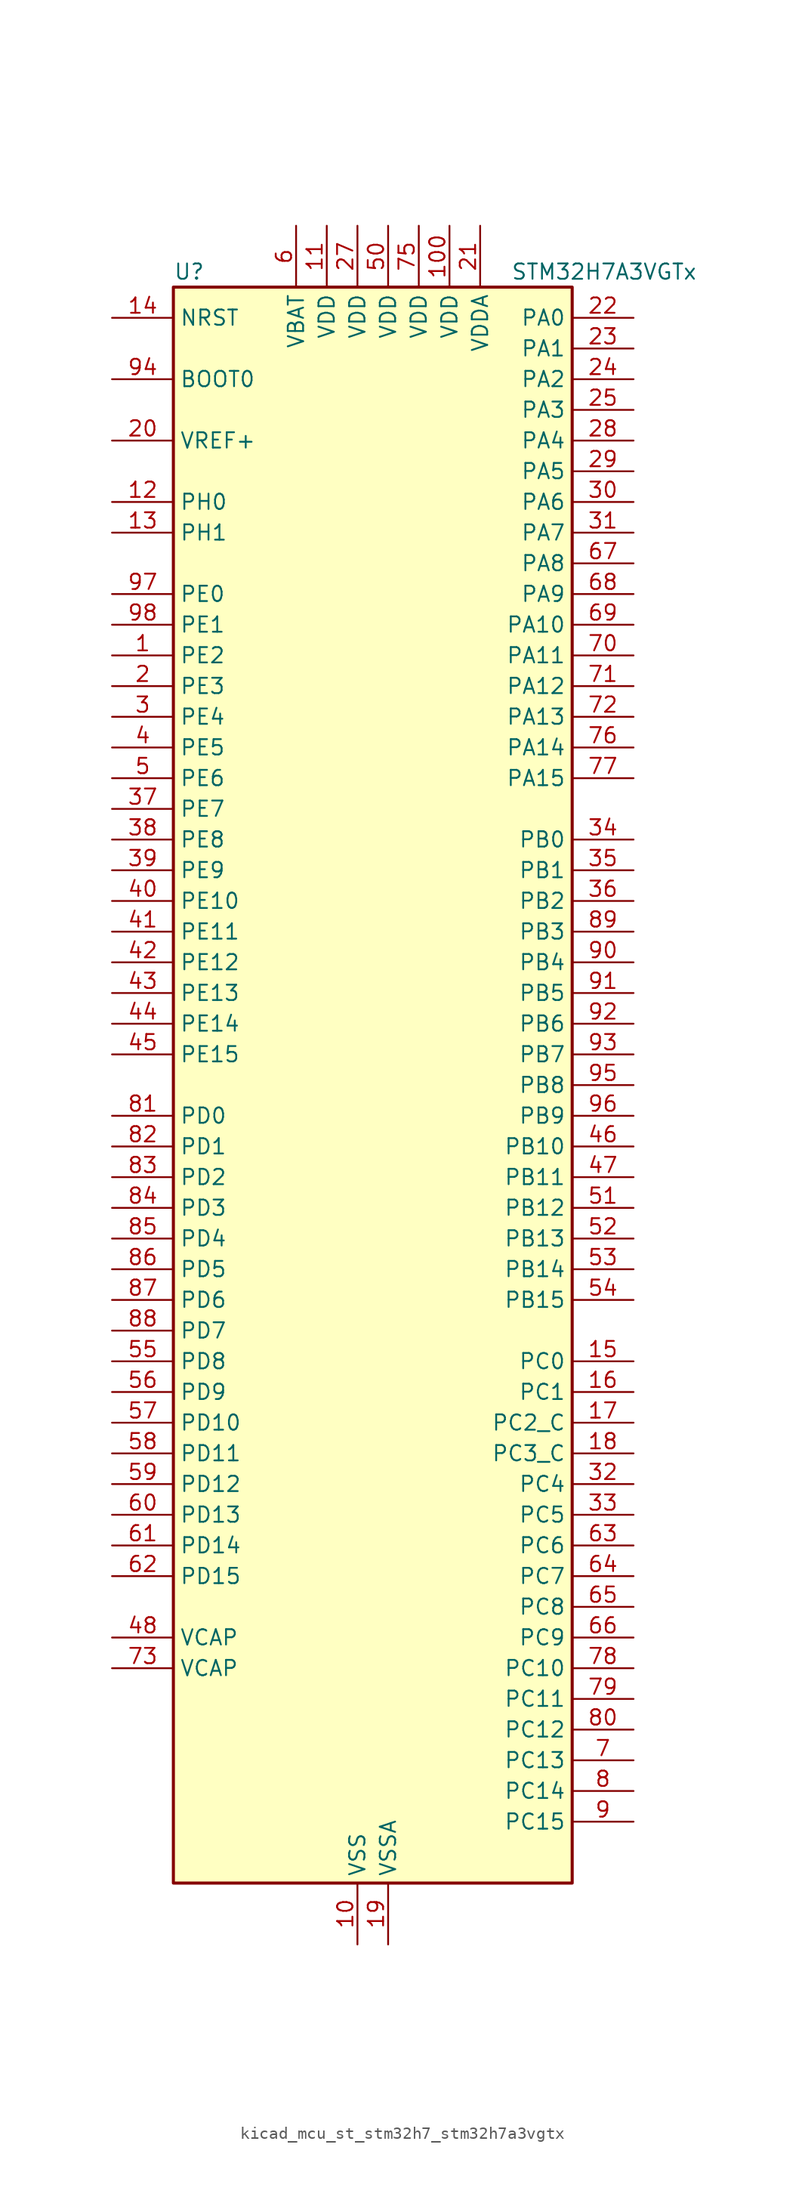
<source format=kicad_sym>
(kicad_symbol_lib
  (version 20220914)
  (generator kicad_symbol_editor)
  (symbol "kicad_mcu_st_stm32h7_stm32h7a3vgtx"
    (property "Reference" "U"
      (at -15.24 67.31 0)
      (effects (font (size 1.27 1.27)) (justify left)))
    (property "Value" "STM32H7A3VGTx"
      (at 12.7 67.31 0)
      (effects (font (size 1.27 1.27)) (justify left)))
    (property "ki_locked" ""
      (at 0 0 0)
      (effects (font (size 1.27 1.27))))
    (symbol "kicad_mcu_st_stm32h7_stm32h7a3vgtx_0_1"
      (rectangle (start -15.24 -66.04) (end 17.78 66.04) (stroke (width 0.254) (type default)) (fill (type background))))
    (symbol "kicad_mcu_st_stm32h7_stm32h7a3vgtx_1_1"
      (pin bidirectional line (at -20.32 35.56 0) (length 5.08) (name "PE2" (effects (font (size 1.27 1.27)))) (number "1" (effects (font (size 1.27 1.27)))) (alternate "DEBUG_TRACECLK" bidirectional line) (alternate "FMC_A23" bidirectional line) (alternate "OCTOSPIM_P1_IO2" bidirectional line) (alternate "SAI1_CK1" bidirectional line) (alternate "SAI1_MCLK_A" bidirectional line) (alternate "SPI4_SCK" bidirectional line) (alternate "USART10_RX" bidirectional line))
      (pin power_in line (at 0 -71.12 90) (length 5.08) (name "VSS" (effects (font (size 1.27 1.27)))) (number "10" (effects (font (size 1.27 1.27)))))
      (pin power_in line (at 7.62 71.12 270) (length 5.08) (name "VDD" (effects (font (size 1.27 1.27)))) (number "100" (effects (font (size 1.27 1.27)))))
      (pin power_in line (at -2.54 71.12 270) (length 5.08) (name "VDD" (effects (font (size 1.27 1.27)))) (number "11" (effects (font (size 1.27 1.27)))))
      (pin bidirectional line (at -20.32 48.26 0) (length 5.08) (name "PH0" (effects (font (size 1.27 1.27)))) (number "12" (effects (font (size 1.27 1.27)))) (alternate "RCC_OSC_IN" bidirectional line))
      (pin bidirectional line (at -20.32 45.72 0) (length 5.08) (name "PH1" (effects (font (size 1.27 1.27)))) (number "13" (effects (font (size 1.27 1.27)))) (alternate "RCC_OSC_OUT" bidirectional line))
      (pin input line (at -20.32 63.5 0) (length 5.08) (name "NRST" (effects (font (size 1.27 1.27)))) (number "14" (effects (font (size 1.27 1.27)))))
      (pin bidirectional line (at 22.86 -22.86 180) (length 5.08) (name "PC0" (effects (font (size 1.27 1.27)))) (number "15" (effects (font (size 1.27 1.27)))) (alternate "ADC1_INP10" bidirectional line) (alternate "ADC2_INP10" bidirectional line) (alternate "DFSDM1_CKIN0" bidirectional line) (alternate "DFSDM1_DATIN4" bidirectional line) (alternate "FMC_A25" bidirectional line) (alternate "FMC_SDNWE" bidirectional line) (alternate "LTDC_G2" bidirectional line) (alternate "LTDC_R5" bidirectional line) (alternate "SAI2_FS_B" bidirectional line) (alternate "USB_OTG_HS_ULPI_STP" bidirectional line))
      (pin bidirectional line (at 22.86 -25.4 180) (length 5.08) (name "PC1" (effects (font (size 1.27 1.27)))) (number "16" (effects (font (size 1.27 1.27)))) (alternate "ADC1_INN10" bidirectional line) (alternate "ADC1_INP11" bidirectional line) (alternate "ADC2_INN10" bidirectional line) (alternate "ADC2_INP11" bidirectional line) (alternate "DEBUG_TRACED0" bidirectional line) (alternate "DFSDM1_CKIN4" bidirectional line) (alternate "DFSDM1_DATIN0" bidirectional line) (alternate "I2S2_SDO" bidirectional line) (alternate "LTDC_G5" bidirectional line) (alternate "MDIOS_MDC" bidirectional line) (alternate "OCTOSPIM_P1_IO4" bidirectional line) (alternate "PWR_WKUP6" bidirectional line) (alternate "RTC_TAMP3" bidirectional line) (alternate "SAI1_D1" bidirectional line) (alternate "SAI1_SD_A" bidirectional line) (alternate "SDMMC2_CK" bidirectional line) (alternate "SPI2_MOSI" bidirectional line))
      (pin bidirectional line (at 22.86 -27.94 180) (length 5.08) (name "PC2_C" (effects (font (size 1.27 1.27)))) (number "17" (effects (font (size 1.27 1.27)))) (alternate "ADC2_INN1" bidirectional line) (alternate "ADC2_INP0" bidirectional line) (alternate "DFSDM1_CKIN1" bidirectional line) (alternate "DFSDM1_CKOUT" bidirectional line) (alternate "FMC_SDNE0" bidirectional line) (alternate "I2S2_SDI" bidirectional line) (alternate "OCTOSPIM_P1_IO2" bidirectional line) (alternate "OCTOSPIM_P1_IO5" bidirectional line) (alternate "PWR_CSTOP" bidirectional line) (alternate "SPI2_MISO" bidirectional line) (alternate "USB_OTG_HS_ULPI_DIR" bidirectional line))
      (pin bidirectional line (at 22.86 -30.48 180) (length 5.08) (name "PC3_C" (effects (font (size 1.27 1.27)))) (number "18" (effects (font (size 1.27 1.27)))) (alternate "ADC2_INP1" bidirectional line) (alternate "DFSDM1_DATIN1" bidirectional line) (alternate "FMC_SDCKE0" bidirectional line) (alternate "I2S2_SDO" bidirectional line) (alternate "OCTOSPIM_P1_IO0" bidirectional line) (alternate "OCTOSPIM_P1_IO6" bidirectional line) (alternate "PWR_CSLEEP" bidirectional line) (alternate "SPI2_MOSI" bidirectional line) (alternate "USB_OTG_HS_ULPI_NXT" bidirectional line))
      (pin power_in line (at 2.54 -71.12 90) (length 5.08) (name "VSSA" (effects (font (size 1.27 1.27)))) (number "19" (effects (font (size 1.27 1.27)))))
      (pin bidirectional line (at -20.32 33.02 0) (length 5.08) (name "PE3" (effects (font (size 1.27 1.27)))) (number "2" (effects (font (size 1.27 1.27)))) (alternate "DEBUG_TRACED0" bidirectional line) (alternate "FMC_A19" bidirectional line) (alternate "SAI1_SD_B" bidirectional line) (alternate "TIM15_BKIN" bidirectional line) (alternate "USART10_TX" bidirectional line))
      (pin input line (at -20.32 53.34 0) (length 5.08) (name "VREF+" (effects (font (size 1.27 1.27)))) (number "20" (effects (font (size 1.27 1.27)))) (alternate "VREFBUF_OUT" bidirectional line))
      (pin power_in line (at 10.16 71.12 270) (length 5.08) (name "VDDA" (effects (font (size 1.27 1.27)))) (number "21" (effects (font (size 1.27 1.27)))))
      (pin bidirectional line (at 22.86 63.5 180) (length 5.08) (name "PA0" (effects (font (size 1.27 1.27)))) (number "22" (effects (font (size 1.27 1.27)))) (alternate "ADC1_INP16" bidirectional line) (alternate "I2S6_WS" bidirectional line) (alternate "PWR_WKUP1" bidirectional line) (alternate "SAI2_SD_B" bidirectional line) (alternate "SDMMC2_CMD" bidirectional line) (alternate "SPI6_NSS" bidirectional line) (alternate "TIM15_BKIN" bidirectional line) (alternate "TIM2_CH1" bidirectional line) (alternate "TIM2_ETR" bidirectional line) (alternate "TIM5_CH1" bidirectional line) (alternate "TIM8_ETR" bidirectional line) (alternate "UART4_TX" bidirectional line) (alternate "USART2_CTS" bidirectional line) (alternate "USART2_NSS" bidirectional line))
      (pin bidirectional line (at 22.86 60.96 180) (length 5.08) (name "PA1" (effects (font (size 1.27 1.27)))) (number "23" (effects (font (size 1.27 1.27)))) (alternate "ADC1_INN16" bidirectional line) (alternate "ADC1_INP17" bidirectional line) (alternate "LPTIM3_OUT" bidirectional line) (alternate "LTDC_R2" bidirectional line) (alternate "OCTOSPIM_P1_DQS" bidirectional line) (alternate "OCTOSPIM_P1_IO3" bidirectional line) (alternate "SAI2_MCLK_B" bidirectional line) (alternate "TIM15_CH1N" bidirectional line) (alternate "TIM2_CH2" bidirectional line) (alternate "TIM5_CH2" bidirectional line) (alternate "UART4_RX" bidirectional line) (alternate "USART2_DE" bidirectional line) (alternate "USART2_RTS" bidirectional line))
      (pin bidirectional line (at 22.86 58.42 180) (length 5.08) (name "PA2" (effects (font (size 1.27 1.27)))) (number "24" (effects (font (size 1.27 1.27)))) (alternate "ADC1_INP14" bidirectional line) (alternate "DFSDM2_CKIN1" bidirectional line) (alternate "LTDC_R1" bidirectional line) (alternate "MDIOS_MDIO" bidirectional line) (alternate "PWR_WKUP2" bidirectional line) (alternate "SAI2_SCK_B" bidirectional line) (alternate "TIM15_CH1" bidirectional line) (alternate "TIM2_CH3" bidirectional line) (alternate "TIM5_CH3" bidirectional line) (alternate "USART2_TX" bidirectional line))
      (pin bidirectional line (at 22.86 55.88 180) (length 5.08) (name "PA3" (effects (font (size 1.27 1.27)))) (number "25" (effects (font (size 1.27 1.27)))) (alternate "ADC1_INP15" bidirectional line) (alternate "I2S6_MCK" bidirectional line) (alternate "LTDC_B2" bidirectional line) (alternate "LTDC_B5" bidirectional line) (alternate "OCTOSPIM_P1_CLK" bidirectional line) (alternate "TIM15_CH2" bidirectional line) (alternate "TIM2_CH4" bidirectional line) (alternate "TIM5_CH4" bidirectional line) (alternate "USART2_RX" bidirectional line) (alternate "USB_OTG_HS_ULPI_D0" bidirectional line))
      (pin passive line (at 0 -71.12 90) (length 5.08) hide (name "VSS" (effects (font (size 1.27 1.27)))) (number "26" (effects (font (size 1.27 1.27)))))
      (pin power_in line (at 0 71.12 270) (length 5.08) (name "VDD" (effects (font (size 1.27 1.27)))) (number "27" (effects (font (size 1.27 1.27)))))
      (pin bidirectional line (at 22.86 53.34 180) (length 5.08) (name "PA4" (effects (font (size 1.27 1.27)))) (number "28" (effects (font (size 1.27 1.27)))) (alternate "ADC1_INP18" bidirectional line) (alternate "DAC1_OUT1" bidirectional line) (alternate "DCMI_HSYNC" bidirectional line) (alternate "I2S1_WS" bidirectional line) (alternate "I2S3_WS" bidirectional line) (alternate "I2S6_WS" bidirectional line) (alternate "LTDC_VSYNC" bidirectional line) (alternate "PSSI_DE" bidirectional line) (alternate "SPI1_NSS" bidirectional line) (alternate "SPI3_NSS" bidirectional line) (alternate "SPI6_NSS" bidirectional line) (alternate "TIM5_ETR" bidirectional line) (alternate "USART2_CK" bidirectional line))
      (pin bidirectional line (at 22.86 50.8 180) (length 5.08) (name "PA5" (effects (font (size 1.27 1.27)))) (number "29" (effects (font (size 1.27 1.27)))) (alternate "ADC1_INN18" bidirectional line) (alternate "ADC1_INP19" bidirectional line) (alternate "DAC1_OUT2" bidirectional line) (alternate "I2S1_CK" bidirectional line) (alternate "I2S6_CK" bidirectional line) (alternate "LTDC_R4" bidirectional line) (alternate "PSSI_D14" bidirectional line) (alternate "PWR_NDSTOP2" bidirectional line) (alternate "SPI1_SCK" bidirectional line) (alternate "SPI6_SCK" bidirectional line) (alternate "TIM2_CH1" bidirectional line) (alternate "TIM2_ETR" bidirectional line) (alternate "TIM8_CH1N" bidirectional line) (alternate "USB_OTG_HS_ULPI_CK" bidirectional line))
      (pin bidirectional line (at -20.32 30.48 0) (length 5.08) (name "PE4" (effects (font (size 1.27 1.27)))) (number "3" (effects (font (size 1.27 1.27)))) (alternate "DCMI_D4" bidirectional line) (alternate "DEBUG_TRACED1" bidirectional line) (alternate "DFSDM1_DATIN3" bidirectional line) (alternate "FMC_A20" bidirectional line) (alternate "LTDC_B0" bidirectional line) (alternate "PSSI_D4" bidirectional line) (alternate "SAI1_D2" bidirectional line) (alternate "SAI1_FS_A" bidirectional line) (alternate "SPI4_NSS" bidirectional line) (alternate "TIM15_CH1N" bidirectional line))
      (pin bidirectional line (at 22.86 48.26 180) (length 5.08) (name "PA6" (effects (font (size 1.27 1.27)))) (number "30" (effects (font (size 1.27 1.27)))) (alternate "ADC1_INP3" bidirectional line) (alternate "ADC2_INP3" bidirectional line) (alternate "DAC2_OUT1" bidirectional line) (alternate "DCMI_PIXCLK" bidirectional line) (alternate "I2S1_SDI" bidirectional line) (alternate "I2S6_SDI" bidirectional line) (alternate "LTDC_G2" bidirectional line) (alternate "MDIOS_MDC" bidirectional line) (alternate "OCTOSPIM_P1_IO3" bidirectional line) (alternate "PSSI_PDCK" bidirectional line) (alternate "SPI1_MISO" bidirectional line) (alternate "SPI6_MISO" bidirectional line) (alternate "TIM13_CH1" bidirectional line) (alternate "TIM1_BKIN" bidirectional line) (alternate "TIM1_BKIN_COMP1" bidirectional line) (alternate "TIM1_BKIN_COMP2" bidirectional line) (alternate "TIM3_CH1" bidirectional line) (alternate "TIM8_BKIN" bidirectional line) (alternate "TIM8_BKIN_COMP1" bidirectional line) (alternate "TIM8_BKIN_COMP2" bidirectional line))
      (pin bidirectional line (at 22.86 45.72 180) (length 5.08) (name "PA7" (effects (font (size 1.27 1.27)))) (number "31" (effects (font (size 1.27 1.27)))) (alternate "ADC1_INN3" bidirectional line) (alternate "ADC1_INP7" bidirectional line) (alternate "ADC2_INN3" bidirectional line) (alternate "ADC2_INP7" bidirectional line) (alternate "DFSDM2_DATIN1" bidirectional line) (alternate "FMC_SDNWE" bidirectional line) (alternate "I2S1_SDO" bidirectional line) (alternate "I2S6_SDO" bidirectional line) (alternate "LTDC_VSYNC" bidirectional line) (alternate "OCTOSPIM_P1_IO2" bidirectional line) (alternate "OPAMP1_VINM" bidirectional line) (alternate "SPI1_MOSI" bidirectional line) (alternate "SPI6_MOSI" bidirectional line) (alternate "TIM14_CH1" bidirectional line) (alternate "TIM1_CH1N" bidirectional line) (alternate "TIM3_CH2" bidirectional line) (alternate "TIM8_CH1N" bidirectional line))
      (pin bidirectional line (at 22.86 -33.02 180) (length 5.08) (name "PC4" (effects (font (size 1.27 1.27)))) (number "32" (effects (font (size 1.27 1.27)))) (alternate "ADC1_INP4" bidirectional line) (alternate "ADC2_INP4" bidirectional line) (alternate "COMP1_INM" bidirectional line) (alternate "DFSDM1_CKIN2" bidirectional line) (alternate "FMC_SDNE0" bidirectional line) (alternate "I2S1_MCK" bidirectional line) (alternate "LTDC_R7" bidirectional line) (alternate "OPAMP1_VOUT" bidirectional line) (alternate "SPDIFRX_IN2" bidirectional line))
      (pin bidirectional line (at 22.86 -35.56 180) (length 5.08) (name "PC5" (effects (font (size 1.27 1.27)))) (number "33" (effects (font (size 1.27 1.27)))) (alternate "ADC1_INN4" bidirectional line) (alternate "ADC1_INP8" bidirectional line) (alternate "ADC2_INN4" bidirectional line) (alternate "ADC2_INP8" bidirectional line) (alternate "COMP1_OUT" bidirectional line) (alternate "DFSDM1_DATIN2" bidirectional line) (alternate "FMC_SDCKE0" bidirectional line) (alternate "LTDC_DE" bidirectional line) (alternate "OCTOSPIM_P1_DQS" bidirectional line) (alternate "OPAMP1_VINM" bidirectional line) (alternate "PSSI_D15" bidirectional line) (alternate "SAI1_D3" bidirectional line) (alternate "SPDIFRX_IN3" bidirectional line))
      (pin bidirectional line (at 22.86 20.32 180) (length 5.08) (name "PB0" (effects (font (size 1.27 1.27)))) (number "34" (effects (font (size 1.27 1.27)))) (alternate "ADC1_INN5" bidirectional line) (alternate "ADC1_INP9" bidirectional line) (alternate "ADC2_INN5" bidirectional line) (alternate "ADC2_INP9" bidirectional line) (alternate "COMP1_INP" bidirectional line) (alternate "DFSDM1_CKOUT" bidirectional line) (alternate "DFSDM2_CKOUT" bidirectional line) (alternate "LTDC_G1" bidirectional line) (alternate "LTDC_R3" bidirectional line) (alternate "OCTOSPIM_P1_IO1" bidirectional line) (alternate "OPAMP1_VINP" bidirectional line) (alternate "TIM1_CH2N" bidirectional line) (alternate "TIM3_CH3" bidirectional line) (alternate "TIM8_CH2N" bidirectional line) (alternate "UART4_CTS" bidirectional line) (alternate "USB_OTG_HS_ULPI_D1" bidirectional line))
      (pin bidirectional line (at 22.86 17.78 180) (length 5.08) (name "PB1" (effects (font (size 1.27 1.27)))) (number "35" (effects (font (size 1.27 1.27)))) (alternate "ADC1_INP5" bidirectional line) (alternate "ADC2_INP5" bidirectional line) (alternate "COMP1_INM" bidirectional line) (alternate "DFSDM1_DATIN1" bidirectional line) (alternate "LTDC_G0" bidirectional line) (alternate "LTDC_R6" bidirectional line) (alternate "OCTOSPIM_P1_IO0" bidirectional line) (alternate "TIM1_CH3N" bidirectional line) (alternate "TIM3_CH4" bidirectional line) (alternate "TIM8_CH3N" bidirectional line) (alternate "USB_OTG_HS_ULPI_D2" bidirectional line))
      (pin bidirectional line (at 22.86 15.24 180) (length 5.08) (name "PB2" (effects (font (size 1.27 1.27)))) (number "36" (effects (font (size 1.27 1.27)))) (alternate "COMP1_INP" bidirectional line) (alternate "DFSDM1_CKIN1" bidirectional line) (alternate "I2S3_SDO" bidirectional line) (alternate "OCTOSPIM_P1_CLK" bidirectional line) (alternate "OCTOSPIM_P1_DQS" bidirectional line) (alternate "RTC_OUT_ALARM" bidirectional line) (alternate "RTC_OUT_CALIB" bidirectional line) (alternate "SAI1_D1" bidirectional line) (alternate "SAI1_SD_A" bidirectional line) (alternate "SPI3_MOSI" bidirectional line))
      (pin bidirectional line (at -20.32 22.86 0) (length 5.08) (name "PE7" (effects (font (size 1.27 1.27)))) (number "37" (effects (font (size 1.27 1.27)))) (alternate "COMP2_INM" bidirectional line) (alternate "DFSDM1_DATIN2" bidirectional line) (alternate "FMC_D4" bidirectional line) (alternate "FMC_DA4" bidirectional line) (alternate "OCTOSPIM_P1_IO4" bidirectional line) (alternate "OPAMP2_VOUT" bidirectional line) (alternate "TIM1_ETR" bidirectional line) (alternate "UART7_RX" bidirectional line))
      (pin bidirectional line (at -20.32 20.32 0) (length 5.08) (name "PE8" (effects (font (size 1.27 1.27)))) (number "38" (effects (font (size 1.27 1.27)))) (alternate "COMP2_OUT" bidirectional line) (alternate "DFSDM1_CKIN2" bidirectional line) (alternate "FMC_D5" bidirectional line) (alternate "FMC_DA5" bidirectional line) (alternate "OCTOSPIM_P1_IO5" bidirectional line) (alternate "OPAMP2_VINM" bidirectional line) (alternate "TIM1_CH1N" bidirectional line) (alternate "UART7_TX" bidirectional line))
      (pin bidirectional line (at -20.32 17.78 0) (length 5.08) (name "PE9" (effects (font (size 1.27 1.27)))) (number "39" (effects (font (size 1.27 1.27)))) (alternate "COMP2_INP" bidirectional line) (alternate "DAC1_EXTI9" bidirectional line) (alternate "DFSDM1_CKOUT" bidirectional line) (alternate "FMC_D6" bidirectional line) (alternate "FMC_DA6" bidirectional line) (alternate "OCTOSPIM_P1_IO6" bidirectional line) (alternate "OPAMP2_VINP" bidirectional line) (alternate "TIM1_CH1" bidirectional line) (alternate "UART7_DE" bidirectional line) (alternate "UART7_RTS" bidirectional line))
      (pin bidirectional line (at -20.32 27.94 0) (length 5.08) (name "PE5" (effects (font (size 1.27 1.27)))) (number "4" (effects (font (size 1.27 1.27)))) (alternate "DCMI_D6" bidirectional line) (alternate "DEBUG_TRACED2" bidirectional line) (alternate "DFSDM1_CKIN3" bidirectional line) (alternate "FMC_A21" bidirectional line) (alternate "LTDC_G0" bidirectional line) (alternate "PSSI_D6" bidirectional line) (alternate "SAI1_CK2" bidirectional line) (alternate "SAI1_SCK_A" bidirectional line) (alternate "SPI4_MISO" bidirectional line) (alternate "TIM15_CH1" bidirectional line))
      (pin bidirectional line (at -20.32 15.24 0) (length 5.08) (name "PE10" (effects (font (size 1.27 1.27)))) (number "40" (effects (font (size 1.27 1.27)))) (alternate "COMP2_INM" bidirectional line) (alternate "DFSDM1_DATIN4" bidirectional line) (alternate "FMC_D7" bidirectional line) (alternate "FMC_DA7" bidirectional line) (alternate "OCTOSPIM_P1_IO7" bidirectional line) (alternate "TIM1_CH2N" bidirectional line) (alternate "UART7_CTS" bidirectional line))
      (pin bidirectional line (at -20.32 12.7 0) (length 5.08) (name "PE11" (effects (font (size 1.27 1.27)))) (number "41" (effects (font (size 1.27 1.27)))) (alternate "ADC1_EXTI11" bidirectional line) (alternate "ADC2_EXTI11" bidirectional line) (alternate "COMP2_INP" bidirectional line) (alternate "DFSDM1_CKIN4" bidirectional line) (alternate "FMC_D8" bidirectional line) (alternate "FMC_DA8" bidirectional line) (alternate "LTDC_G3" bidirectional line) (alternate "OCTOSPIM_P1_NCS" bidirectional line) (alternate "SAI2_SD_B" bidirectional line) (alternate "SPI4_NSS" bidirectional line) (alternate "TIM1_CH2" bidirectional line))
      (pin bidirectional line (at -20.32 10.16 0) (length 5.08) (name "PE12" (effects (font (size 1.27 1.27)))) (number "42" (effects (font (size 1.27 1.27)))) (alternate "COMP1_OUT" bidirectional line) (alternate "DFSDM1_DATIN5" bidirectional line) (alternate "FMC_D9" bidirectional line) (alternate "FMC_DA9" bidirectional line) (alternate "LTDC_B4" bidirectional line) (alternate "SAI2_SCK_B" bidirectional line) (alternate "SPI4_SCK" bidirectional line) (alternate "TIM1_CH3N" bidirectional line))
      (pin bidirectional line (at -20.32 7.62 0) (length 5.08) (name "PE13" (effects (font (size 1.27 1.27)))) (number "43" (effects (font (size 1.27 1.27)))) (alternate "COMP2_OUT" bidirectional line) (alternate "DFSDM1_CKIN5" bidirectional line) (alternate "FMC_D10" bidirectional line) (alternate "FMC_DA10" bidirectional line) (alternate "LTDC_DE" bidirectional line) (alternate "SAI2_FS_B" bidirectional line) (alternate "SPI4_MISO" bidirectional line) (alternate "TIM1_CH3" bidirectional line))
      (pin bidirectional line (at -20.32 5.08 0) (length 5.08) (name "PE14" (effects (font (size 1.27 1.27)))) (number "44" (effects (font (size 1.27 1.27)))) (alternate "FMC_D11" bidirectional line) (alternate "FMC_DA11" bidirectional line) (alternate "LTDC_CLK" bidirectional line) (alternate "SAI2_MCLK_B" bidirectional line) (alternate "SPI4_MOSI" bidirectional line) (alternate "TIM1_CH4" bidirectional line))
      (pin bidirectional line (at -20.32 2.54 0) (length 5.08) (name "PE15" (effects (font (size 1.27 1.27)))) (number "45" (effects (font (size 1.27 1.27)))) (alternate "ADC1_EXTI15" bidirectional line) (alternate "ADC2_EXTI15" bidirectional line) (alternate "FMC_D12" bidirectional line) (alternate "FMC_DA12" bidirectional line) (alternate "LTDC_R7" bidirectional line) (alternate "TIM1_BKIN" bidirectional line) (alternate "TIM1_BKIN_COMP1" bidirectional line) (alternate "TIM1_BKIN_COMP2" bidirectional line) (alternate "USART10_CK" bidirectional line))
      (pin bidirectional line (at 22.86 -5.08 180) (length 5.08) (name "PB10" (effects (font (size 1.27 1.27)))) (number "46" (effects (font (size 1.27 1.27)))) (alternate "DFSDM1_DATIN7" bidirectional line) (alternate "I2C2_SCL" bidirectional line) (alternate "I2S2_CK" bidirectional line) (alternate "LPTIM2_IN1" bidirectional line) (alternate "LTDC_G4" bidirectional line) (alternate "OCTOSPIM_P1_NCS" bidirectional line) (alternate "SPI2_SCK" bidirectional line) (alternate "TIM2_CH3" bidirectional line) (alternate "USART3_TX" bidirectional line) (alternate "USB_OTG_HS_ULPI_D3" bidirectional line))
      (pin bidirectional line (at 22.86 -7.62 180) (length 5.08) (name "PB11" (effects (font (size 1.27 1.27)))) (number "47" (effects (font (size 1.27 1.27)))) (alternate "ADC1_EXTI11" bidirectional line) (alternate "ADC2_EXTI11" bidirectional line) (alternate "DFSDM1_CKIN7" bidirectional line) (alternate "I2C2_SDA" bidirectional line) (alternate "LPTIM2_ETR" bidirectional line) (alternate "LTDC_G5" bidirectional line) (alternate "TIM2_CH4" bidirectional line) (alternate "USART3_RX" bidirectional line) (alternate "USB_OTG_HS_ULPI_D4" bidirectional line))
      (pin power_out line (at -20.32 -45.72 0) (length 5.08) (name "VCAP" (effects (font (size 1.27 1.27)))) (number "48" (effects (font (size 1.27 1.27)))))
      (pin passive line (at 0 -71.12 90) (length 5.08) hide (name "VSS" (effects (font (size 1.27 1.27)))) (number "49" (effects (font (size 1.27 1.27)))))
      (pin bidirectional line (at -20.32 25.4 0) (length 5.08) (name "PE6" (effects (font (size 1.27 1.27)))) (number "5" (effects (font (size 1.27 1.27)))) (alternate "DCMI_D7" bidirectional line) (alternate "DEBUG_TRACED3" bidirectional line) (alternate "FMC_A22" bidirectional line) (alternate "LTDC_G1" bidirectional line) (alternate "PSSI_D7" bidirectional line) (alternate "SAI1_D1" bidirectional line) (alternate "SAI1_SD_A" bidirectional line) (alternate "SAI2_MCLK_B" bidirectional line) (alternate "SPI4_MOSI" bidirectional line) (alternate "TIM15_CH2" bidirectional line) (alternate "TIM1_BKIN2" bidirectional line) (alternate "TIM1_BKIN2_COMP1" bidirectional line) (alternate "TIM1_BKIN2_COMP2" bidirectional line))
      (pin power_in line (at 2.54 71.12 270) (length 5.08) (name "VDD" (effects (font (size 1.27 1.27)))) (number "50" (effects (font (size 1.27 1.27)))))
      (pin bidirectional line (at 22.86 -10.16 180) (length 5.08) (name "PB12" (effects (font (size 1.27 1.27)))) (number "51" (effects (font (size 1.27 1.27)))) (alternate "DFSDM1_DATIN1" bidirectional line) (alternate "DFSDM2_DATIN1" bidirectional line) (alternate "FDCAN2_RX" bidirectional line) (alternate "I2C2_SMBA" bidirectional line) (alternate "I2S2_WS" bidirectional line) (alternate "OCTOSPIM_P1_NCLK" bidirectional line) (alternate "SPI2_NSS" bidirectional line) (alternate "TIM1_BKIN" bidirectional line) (alternate "TIM1_BKIN_COMP1" bidirectional line) (alternate "TIM1_BKIN_COMP2" bidirectional line) (alternate "UART5_RX" bidirectional line) (alternate "USART3_CK" bidirectional line) (alternate "USB_OTG_HS_ULPI_D5" bidirectional line))
      (pin bidirectional line (at 22.86 -12.7 180) (length 5.08) (name "PB13" (effects (font (size 1.27 1.27)))) (number "52" (effects (font (size 1.27 1.27)))) (alternate "DCMI_D2" bidirectional line) (alternate "DFSDM1_CKIN1" bidirectional line) (alternate "DFSDM2_CKIN1" bidirectional line) (alternate "FDCAN2_TX" bidirectional line) (alternate "I2S2_CK" bidirectional line) (alternate "LPTIM2_OUT" bidirectional line) (alternate "PSSI_D2" bidirectional line) (alternate "SDMMC1_D0" bidirectional line) (alternate "SPI2_SCK" bidirectional line) (alternate "TIM1_CH1N" bidirectional line) (alternate "UART5_TX" bidirectional line) (alternate "USART3_CTS" bidirectional line) (alternate "USART3_NSS" bidirectional line) (alternate "USB_OTG_HS_ULPI_D6" bidirectional line))
      (pin bidirectional line (at 22.86 -15.24 180) (length 5.08) (name "PB14" (effects (font (size 1.27 1.27)))) (number "53" (effects (font (size 1.27 1.27)))) (alternate "DFSDM1_DATIN2" bidirectional line) (alternate "I2S2_SDI" bidirectional line) (alternate "LTDC_CLK" bidirectional line) (alternate "SDMMC2_D0" bidirectional line) (alternate "SPI2_MISO" bidirectional line) (alternate "TIM12_CH1" bidirectional line) (alternate "TIM1_CH2N" bidirectional line) (alternate "TIM8_CH2N" bidirectional line) (alternate "UART4_DE" bidirectional line) (alternate "UART4_RTS" bidirectional line) (alternate "USART1_TX" bidirectional line) (alternate "USART3_DE" bidirectional line) (alternate "USART3_RTS" bidirectional line))
      (pin bidirectional line (at 22.86 -17.78 180) (length 5.08) (name "PB15" (effects (font (size 1.27 1.27)))) (number "54" (effects (font (size 1.27 1.27)))) (alternate "ADC1_EXTI15" bidirectional line) (alternate "ADC2_EXTI15" bidirectional line) (alternate "DFSDM1_CKIN2" bidirectional line) (alternate "I2S2_SDO" bidirectional line) (alternate "LTDC_G7" bidirectional line) (alternate "RTC_REFIN" bidirectional line) (alternate "SDMMC2_D1" bidirectional line) (alternate "SPI2_MOSI" bidirectional line) (alternate "TIM12_CH2" bidirectional line) (alternate "TIM1_CH3N" bidirectional line) (alternate "TIM8_CH3N" bidirectional line) (alternate "UART4_CTS" bidirectional line) (alternate "USART1_RX" bidirectional line))
      (pin bidirectional line (at -20.32 -22.86 0) (length 5.08) (name "PD8" (effects (font (size 1.27 1.27)))) (number "55" (effects (font (size 1.27 1.27)))) (alternate "DFSDM1_CKIN3" bidirectional line) (alternate "FMC_D13" bidirectional line) (alternate "FMC_DA13" bidirectional line) (alternate "SPDIFRX_IN1" bidirectional line) (alternate "USART3_TX" bidirectional line))
      (pin bidirectional line (at -20.32 -25.4 0) (length 5.08) (name "PD9" (effects (font (size 1.27 1.27)))) (number "56" (effects (font (size 1.27 1.27)))) (alternate "DAC1_EXTI9" bidirectional line) (alternate "DFSDM1_DATIN3" bidirectional line) (alternate "FMC_D14" bidirectional line) (alternate "FMC_DA14" bidirectional line) (alternate "USART3_RX" bidirectional line))
      (pin bidirectional line (at -20.32 -27.94 0) (length 5.08) (name "PD10" (effects (font (size 1.27 1.27)))) (number "57" (effects (font (size 1.27 1.27)))) (alternate "DFSDM1_CKOUT" bidirectional line) (alternate "DFSDM2_CKOUT" bidirectional line) (alternate "FMC_D15" bidirectional line) (alternate "FMC_DA15" bidirectional line) (alternate "LTDC_B3" bidirectional line) (alternate "USART3_CK" bidirectional line))
      (pin bidirectional line (at -20.32 -30.48 0) (length 5.08) (name "PD11" (effects (font (size 1.27 1.27)))) (number "58" (effects (font (size 1.27 1.27)))) (alternate "ADC1_EXTI11" bidirectional line) (alternate "ADC2_EXTI11" bidirectional line) (alternate "FMC_A16" bidirectional line) (alternate "FMC_CLE" bidirectional line) (alternate "I2C4_SMBA" bidirectional line) (alternate "LPTIM2_IN2" bidirectional line) (alternate "OCTOSPIM_P1_IO0" bidirectional line) (alternate "SAI2_SD_A" bidirectional line) (alternate "USART3_CTS" bidirectional line) (alternate "USART3_NSS" bidirectional line))
      (pin bidirectional line (at -20.32 -33.02 0) (length 5.08) (name "PD12" (effects (font (size 1.27 1.27)))) (number "59" (effects (font (size 1.27 1.27)))) (alternate "DCMI_D12" bidirectional line) (alternate "FMC_A17" bidirectional line) (alternate "FMC_ALE" bidirectional line) (alternate "I2C4_SCL" bidirectional line) (alternate "LPTIM1_IN1" bidirectional line) (alternate "LPTIM2_IN1" bidirectional line) (alternate "OCTOSPIM_P1_IO1" bidirectional line) (alternate "PSSI_D12" bidirectional line) (alternate "SAI2_FS_A" bidirectional line) (alternate "TIM4_CH1" bidirectional line) (alternate "USART3_DE" bidirectional line) (alternate "USART3_RTS" bidirectional line))
      (pin power_in line (at -5.08 71.12 270) (length 5.08) (name "VBAT" (effects (font (size 1.27 1.27)))) (number "6" (effects (font (size 1.27 1.27)))))
      (pin bidirectional line (at -20.32 -35.56 0) (length 5.08) (name "PD13" (effects (font (size 1.27 1.27)))) (number "60" (effects (font (size 1.27 1.27)))) (alternate "DCMI_D13" bidirectional line) (alternate "FMC_A18" bidirectional line) (alternate "I2C4_SDA" bidirectional line) (alternate "LPTIM1_OUT" bidirectional line) (alternate "OCTOSPIM_P1_IO3" bidirectional line) (alternate "PSSI_D13" bidirectional line) (alternate "SAI2_SCK_A" bidirectional line) (alternate "TIM4_CH2" bidirectional line) (alternate "UART9_DE" bidirectional line) (alternate "UART9_RTS" bidirectional line))
      (pin bidirectional line (at -20.32 -38.1 0) (length 5.08) (name "PD14" (effects (font (size 1.27 1.27)))) (number "61" (effects (font (size 1.27 1.27)))) (alternate "FMC_D0" bidirectional line) (alternate "FMC_DA0" bidirectional line) (alternate "TIM4_CH3" bidirectional line) (alternate "UART8_CTS" bidirectional line) (alternate "UART9_RX" bidirectional line))
      (pin bidirectional line (at -20.32 -40.64 0) (length 5.08) (name "PD15" (effects (font (size 1.27 1.27)))) (number "62" (effects (font (size 1.27 1.27)))) (alternate "ADC1_EXTI15" bidirectional line) (alternate "ADC2_EXTI15" bidirectional line) (alternate "FMC_D1" bidirectional line) (alternate "FMC_DA1" bidirectional line) (alternate "TIM4_CH4" bidirectional line) (alternate "UART8_DE" bidirectional line) (alternate "UART8_RTS" bidirectional line) (alternate "UART9_TX" bidirectional line))
      (pin bidirectional line (at 22.86 -38.1 180) (length 5.08) (name "PC6" (effects (font (size 1.27 1.27)))) (number "63" (effects (font (size 1.27 1.27)))) (alternate "DCMI_D0" bidirectional line) (alternate "DFSDM1_CKIN3" bidirectional line) (alternate "FMC_NWAIT" bidirectional line) (alternate "I2S2_MCK" bidirectional line) (alternate "LTDC_HSYNC" bidirectional line) (alternate "PSSI_D0" bidirectional line) (alternate "SDMMC1_D0DIR" bidirectional line) (alternate "SDMMC1_D6" bidirectional line) (alternate "SDMMC2_D6" bidirectional line) (alternate "SWPMI1_IO" bidirectional line) (alternate "TIM3_CH1" bidirectional line) (alternate "TIM8_CH1" bidirectional line) (alternate "USART6_TX" bidirectional line))
      (pin bidirectional line (at 22.86 -40.64 180) (length 5.08) (name "PC7" (effects (font (size 1.27 1.27)))) (number "64" (effects (font (size 1.27 1.27)))) (alternate "DCMI_D1" bidirectional line) (alternate "DEBUG_TRGIO" bidirectional line) (alternate "DFSDM1_DATIN3" bidirectional line) (alternate "FMC_NE1" bidirectional line) (alternate "I2S3_MCK" bidirectional line) (alternate "LTDC_G6" bidirectional line) (alternate "PSSI_D1" bidirectional line) (alternate "SDMMC1_D123DIR" bidirectional line) (alternate "SDMMC1_D7" bidirectional line) (alternate "SDMMC2_D7" bidirectional line) (alternate "SWPMI1_TX" bidirectional line) (alternate "TIM3_CH2" bidirectional line) (alternate "TIM8_CH2" bidirectional line) (alternate "USART6_RX" bidirectional line))
      (pin bidirectional line (at 22.86 -43.18 180) (length 5.08) (name "PC8" (effects (font (size 1.27 1.27)))) (number "65" (effects (font (size 1.27 1.27)))) (alternate "DCMI_D2" bidirectional line) (alternate "DEBUG_TRACED1" bidirectional line) (alternate "FMC_INT" bidirectional line) (alternate "FMC_NCE" bidirectional line) (alternate "FMC_NE2" bidirectional line) (alternate "PSSI_D2" bidirectional line) (alternate "SDMMC1_D0" bidirectional line) (alternate "SWPMI1_RX" bidirectional line) (alternate "TIM3_CH3" bidirectional line) (alternate "TIM8_CH3" bidirectional line) (alternate "UART5_DE" bidirectional line) (alternate "UART5_RTS" bidirectional line) (alternate "USART6_CK" bidirectional line))
      (pin bidirectional line (at 22.86 -45.72 180) (length 5.08) (name "PC9" (effects (font (size 1.27 1.27)))) (number "66" (effects (font (size 1.27 1.27)))) (alternate "DAC1_EXTI9" bidirectional line) (alternate "DCMI_D3" bidirectional line) (alternate "I2C3_SDA" bidirectional line) (alternate "I2S_CKIN" bidirectional line) (alternate "LTDC_B2" bidirectional line) (alternate "LTDC_G3" bidirectional line) (alternate "OCTOSPIM_P1_IO0" bidirectional line) (alternate "PSSI_D3" bidirectional line) (alternate "RCC_MCO_2" bidirectional line) (alternate "SDMMC1_D1" bidirectional line) (alternate "SWPMI1_SUSPEND" bidirectional line) (alternate "TIM3_CH4" bidirectional line) (alternate "TIM8_CH4" bidirectional line) (alternate "UART5_CTS" bidirectional line))
      (pin bidirectional line (at 22.86 43.18 180) (length 5.08) (name "PA8" (effects (font (size 1.27 1.27)))) (number "67" (effects (font (size 1.27 1.27)))) (alternate "I2C3_SCL" bidirectional line) (alternate "LTDC_B3" bidirectional line) (alternate "LTDC_R6" bidirectional line) (alternate "RCC_MCO_1" bidirectional line) (alternate "TIM1_CH1" bidirectional line) (alternate "TIM8_BKIN2" bidirectional line) (alternate "TIM8_BKIN2_COMP1" bidirectional line) (alternate "TIM8_BKIN2_COMP2" bidirectional line) (alternate "UART7_RX" bidirectional line) (alternate "USART1_CK" bidirectional line) (alternate "USB_OTG_HS_SOF" bidirectional line))
      (pin bidirectional line (at 22.86 40.64 180) (length 5.08) (name "PA9" (effects (font (size 1.27 1.27)))) (number "68" (effects (font (size 1.27 1.27)))) (alternate "DAC1_EXTI9" bidirectional line) (alternate "DCMI_D0" bidirectional line) (alternate "I2C3_SMBA" bidirectional line) (alternate "I2S2_CK" bidirectional line) (alternate "LPUART1_TX" bidirectional line) (alternate "LTDC_R5" bidirectional line) (alternate "PSSI_D0" bidirectional line) (alternate "SPI2_SCK" bidirectional line) (alternate "TIM1_CH2" bidirectional line) (alternate "USART1_TX" bidirectional line) (alternate "USB_OTG_HS_VBUS" bidirectional line))
      (pin bidirectional line (at 22.86 38.1 180) (length 5.08) (name "PA10" (effects (font (size 1.27 1.27)))) (number "69" (effects (font (size 1.27 1.27)))) (alternate "DCMI_D1" bidirectional line) (alternate "LPUART1_RX" bidirectional line) (alternate "LTDC_B1" bidirectional line) (alternate "LTDC_B4" bidirectional line) (alternate "MDIOS_MDIO" bidirectional line) (alternate "PSSI_D1" bidirectional line) (alternate "TIM1_CH3" bidirectional line) (alternate "USART1_RX" bidirectional line) (alternate "USB_OTG_HS_ID" bidirectional line))
      (pin bidirectional line (at 22.86 -55.88 180) (length 5.08) (name "PC13" (effects (font (size 1.27 1.27)))) (number "7" (effects (font (size 1.27 1.27)))) (alternate "PWR_WKUP4" bidirectional line) (alternate "RTC_OUT_ALARM" bidirectional line) (alternate "RTC_OUT_CALIB" bidirectional line) (alternate "RTC_TAMP1" bidirectional line) (alternate "RTC_TS" bidirectional line))
      (pin bidirectional line (at 22.86 35.56 180) (length 5.08) (name "PA11" (effects (font (size 1.27 1.27)))) (number "70" (effects (font (size 1.27 1.27)))) (alternate "ADC1_EXTI11" bidirectional line) (alternate "ADC2_EXTI11" bidirectional line) (alternate "FDCAN1_RX" bidirectional line) (alternate "I2S2_WS" bidirectional line) (alternate "LPUART1_CTS" bidirectional line) (alternate "LTDC_R4" bidirectional line) (alternate "SPI2_NSS" bidirectional line) (alternate "TIM1_CH4" bidirectional line) (alternate "UART4_RX" bidirectional line) (alternate "USART1_CTS" bidirectional line) (alternate "USART1_NSS" bidirectional line) (alternate "USB_OTG_HS_DM" bidirectional line))
      (pin bidirectional line (at 22.86 33.02 180) (length 5.08) (name "PA12" (effects (font (size 1.27 1.27)))) (number "71" (effects (font (size 1.27 1.27)))) (alternate "FDCAN1_TX" bidirectional line) (alternate "I2S2_CK" bidirectional line) (alternate "LPUART1_DE" bidirectional line) (alternate "LPUART1_RTS" bidirectional line) (alternate "LTDC_R5" bidirectional line) (alternate "SAI2_FS_B" bidirectional line) (alternate "SPI2_SCK" bidirectional line) (alternate "TIM1_ETR" bidirectional line) (alternate "UART4_TX" bidirectional line) (alternate "USART1_DE" bidirectional line) (alternate "USART1_RTS" bidirectional line) (alternate "USB_OTG_HS_DP" bidirectional line))
      (pin bidirectional line (at 22.86 30.48 180) (length 5.08) (name "PA13" (effects (font (size 1.27 1.27)))) (number "72" (effects (font (size 1.27 1.27)))) (alternate "DEBUG_JTMS-SWDIO" bidirectional line))
      (pin power_out line (at -20.32 -48.26 0) (length 5.08) (name "VCAP" (effects (font (size 1.27 1.27)))) (number "73" (effects (font (size 1.27 1.27)))))
      (pin passive line (at 0 -71.12 90) (length 5.08) hide (name "VSS" (effects (font (size 1.27 1.27)))) (number "74" (effects (font (size 1.27 1.27)))))
      (pin power_in line (at 5.08 71.12 270) (length 5.08) (name "VDD" (effects (font (size 1.27 1.27)))) (number "75" (effects (font (size 1.27 1.27)))))
      (pin bidirectional line (at 22.86 27.94 180) (length 5.08) (name "PA14" (effects (font (size 1.27 1.27)))) (number "76" (effects (font (size 1.27 1.27)))) (alternate "DEBUG_JTCK-SWCLK" bidirectional line))
      (pin bidirectional line (at 22.86 25.4 180) (length 5.08) (name "PA15" (effects (font (size 1.27 1.27)))) (number "77" (effects (font (size 1.27 1.27)))) (alternate "ADC1_EXTI15" bidirectional line) (alternate "ADC2_EXTI15" bidirectional line) (alternate "CEC" bidirectional line) (alternate "DEBUG_JTDI" bidirectional line) (alternate "I2S1_WS" bidirectional line) (alternate "I2S3_WS" bidirectional line) (alternate "I2S6_WS" bidirectional line) (alternate "LTDC_B6" bidirectional line) (alternate "LTDC_R3" bidirectional line) (alternate "SPI1_NSS" bidirectional line) (alternate "SPI3_NSS" bidirectional line) (alternate "SPI6_NSS" bidirectional line) (alternate "TIM2_CH1" bidirectional line) (alternate "TIM2_ETR" bidirectional line) (alternate "UART4_DE" bidirectional line) (alternate "UART4_RTS" bidirectional line) (alternate "UART7_TX" bidirectional line))
      (pin bidirectional line (at 22.86 -48.26 180) (length 5.08) (name "PC10" (effects (font (size 1.27 1.27)))) (number "78" (effects (font (size 1.27 1.27)))) (alternate "DCMI_D8" bidirectional line) (alternate "DFSDM1_CKIN5" bidirectional line) (alternate "DFSDM2_CKIN0" bidirectional line) (alternate "I2S3_CK" bidirectional line) (alternate "LTDC_B1" bidirectional line) (alternate "LTDC_R2" bidirectional line) (alternate "OCTOSPIM_P1_IO1" bidirectional line) (alternate "PSSI_D8" bidirectional line) (alternate "SDMMC1_D2" bidirectional line) (alternate "SPI3_SCK" bidirectional line) (alternate "SWPMI1_RX" bidirectional line) (alternate "UART4_TX" bidirectional line) (alternate "USART3_TX" bidirectional line))
      (pin bidirectional line (at 22.86 -50.8 180) (length 5.08) (name "PC11" (effects (font (size 1.27 1.27)))) (number "79" (effects (font (size 1.27 1.27)))) (alternate "ADC1_EXTI11" bidirectional line) (alternate "ADC2_EXTI11" bidirectional line) (alternate "DCMI_D4" bidirectional line) (alternate "DFSDM1_DATIN5" bidirectional line) (alternate "DFSDM2_DATIN0" bidirectional line) (alternate "I2S3_SDI" bidirectional line) (alternate "LTDC_B4" bidirectional line) (alternate "OCTOSPIM_P1_NCS" bidirectional line) (alternate "PSSI_D4" bidirectional line) (alternate "SDMMC1_D3" bidirectional line) (alternate "SPI3_MISO" bidirectional line) (alternate "UART4_RX" bidirectional line) (alternate "USART3_RX" bidirectional line))
      (pin bidirectional line (at 22.86 -58.42 180) (length 5.08) (name "PC14" (effects (font (size 1.27 1.27)))) (number "8" (effects (font (size 1.27 1.27)))) (alternate "RCC_OSC32_IN" bidirectional line))
      (pin bidirectional line (at 22.86 -53.34 180) (length 5.08) (name "PC12" (effects (font (size 1.27 1.27)))) (number "80" (effects (font (size 1.27 1.27)))) (alternate "DCMI_D9" bidirectional line) (alternate "DEBUG_TRACED3" bidirectional line) (alternate "DFSDM2_CKOUT" bidirectional line) (alternate "I2S3_SDO" bidirectional line) (alternate "I2S6_CK" bidirectional line) (alternate "LTDC_R6" bidirectional line) (alternate "PSSI_D9" bidirectional line) (alternate "SDMMC1_CK" bidirectional line) (alternate "SPI3_MOSI" bidirectional line) (alternate "SPI6_SCK" bidirectional line) (alternate "TIM15_CH1" bidirectional line) (alternate "UART5_TX" bidirectional line) (alternate "USART3_CK" bidirectional line))
      (pin bidirectional line (at -20.32 -2.54 0) (length 5.08) (name "PD0" (effects (font (size 1.27 1.27)))) (number "81" (effects (font (size 1.27 1.27)))) (alternate "DFSDM1_CKIN6" bidirectional line) (alternate "FDCAN1_RX" bidirectional line) (alternate "FMC_D2" bidirectional line) (alternate "FMC_DA2" bidirectional line) (alternate "LTDC_B1" bidirectional line) (alternate "UART4_RX" bidirectional line) (alternate "UART9_CTS" bidirectional line))
      (pin bidirectional line (at -20.32 -5.08 0) (length 5.08) (name "PD1" (effects (font (size 1.27 1.27)))) (number "82" (effects (font (size 1.27 1.27)))) (alternate "DFSDM1_DATIN6" bidirectional line) (alternate "FDCAN1_TX" bidirectional line) (alternate "FMC_D3" bidirectional line) (alternate "FMC_DA3" bidirectional line) (alternate "UART4_TX" bidirectional line))
      (pin bidirectional line (at -20.32 -7.62 0) (length 5.08) (name "PD2" (effects (font (size 1.27 1.27)))) (number "83" (effects (font (size 1.27 1.27)))) (alternate "DCMI_D11" bidirectional line) (alternate "DEBUG_TRACED2" bidirectional line) (alternate "LTDC_B2" bidirectional line) (alternate "LTDC_B7" bidirectional line) (alternate "PSSI_D11" bidirectional line) (alternate "SDMMC1_CMD" bidirectional line) (alternate "TIM15_BKIN" bidirectional line) (alternate "TIM3_ETR" bidirectional line) (alternate "UART5_RX" bidirectional line))
      (pin bidirectional line (at -20.32 -10.16 0) (length 5.08) (name "PD3" (effects (font (size 1.27 1.27)))) (number "84" (effects (font (size 1.27 1.27)))) (alternate "DCMI_D5" bidirectional line) (alternate "DFSDM1_CKOUT" bidirectional line) (alternate "FMC_CLK" bidirectional line) (alternate "I2S2_CK" bidirectional line) (alternate "LTDC_G7" bidirectional line) (alternate "PSSI_D5" bidirectional line) (alternate "SPI2_SCK" bidirectional line) (alternate "USART2_CTS" bidirectional line) (alternate "USART2_NSS" bidirectional line))
      (pin bidirectional line (at -20.32 -12.7 0) (length 5.08) (name "PD4" (effects (font (size 1.27 1.27)))) (number "85" (effects (font (size 1.27 1.27)))) (alternate "FMC_NOE" bidirectional line) (alternate "OCTOSPIM_P1_IO4" bidirectional line) (alternate "USART2_DE" bidirectional line) (alternate "USART2_RTS" bidirectional line))
      (pin bidirectional line (at -20.32 -15.24 0) (length 5.08) (name "PD5" (effects (font (size 1.27 1.27)))) (number "86" (effects (font (size 1.27 1.27)))) (alternate "FMC_NWE" bidirectional line) (alternate "OCTOSPIM_P1_IO5" bidirectional line) (alternate "USART2_TX" bidirectional line))
      (pin bidirectional line (at -20.32 -17.78 0) (length 5.08) (name "PD6" (effects (font (size 1.27 1.27)))) (number "87" (effects (font (size 1.27 1.27)))) (alternate "DCMI_D10" bidirectional line) (alternate "DFSDM1_CKIN4" bidirectional line) (alternate "DFSDM1_DATIN1" bidirectional line) (alternate "FMC_NWAIT" bidirectional line) (alternate "I2S3_SDO" bidirectional line) (alternate "LTDC_B2" bidirectional line) (alternate "OCTOSPIM_P1_IO6" bidirectional line) (alternate "PSSI_D10" bidirectional line) (alternate "SAI1_D1" bidirectional line) (alternate "SAI1_SD_A" bidirectional line) (alternate "SDMMC2_CK" bidirectional line) (alternate "SPI3_MOSI" bidirectional line) (alternate "USART2_RX" bidirectional line))
      (pin bidirectional line (at -20.32 -20.32 0) (length 5.08) (name "PD7" (effects (font (size 1.27 1.27)))) (number "88" (effects (font (size 1.27 1.27)))) (alternate "DFSDM1_CKIN1" bidirectional line) (alternate "DFSDM1_DATIN4" bidirectional line) (alternate "FMC_NE1" bidirectional line) (alternate "I2S1_SDO" bidirectional line) (alternate "OCTOSPIM_P1_IO7" bidirectional line) (alternate "SDMMC2_CMD" bidirectional line) (alternate "SPDIFRX_IN0" bidirectional line) (alternate "SPI1_MOSI" bidirectional line) (alternate "USART2_CK" bidirectional line))
      (pin bidirectional line (at 22.86 12.7 180) (length 5.08) (name "PB3" (effects (font (size 1.27 1.27)))) (number "89" (effects (font (size 1.27 1.27)))) (alternate "CRS_SYNC" bidirectional line) (alternate "DEBUG_JTDO-SWO" bidirectional line) (alternate "I2S1_CK" bidirectional line) (alternate "I2S3_CK" bidirectional line) (alternate "I2S6_CK" bidirectional line) (alternate "SDMMC2_D2" bidirectional line) (alternate "SPI1_SCK" bidirectional line) (alternate "SPI3_SCK" bidirectional line) (alternate "SPI6_SCK" bidirectional line) (alternate "TIM2_CH2" bidirectional line) (alternate "UART7_RX" bidirectional line))
      (pin bidirectional line (at 22.86 -60.96 180) (length 5.08) (name "PC15" (effects (font (size 1.27 1.27)))) (number "9" (effects (font (size 1.27 1.27)))) (alternate "ADC1_EXTI15" bidirectional line) (alternate "ADC2_EXTI15" bidirectional line) (alternate "RCC_OSC32_OUT" bidirectional line))
      (pin bidirectional line (at 22.86 10.16 180) (length 5.08) (name "PB4" (effects (font (size 1.27 1.27)))) (number "90" (effects (font (size 1.27 1.27)))) (alternate "DEBUG_JTRST" bidirectional line) (alternate "I2S1_SDI" bidirectional line) (alternate "I2S2_WS" bidirectional line) (alternate "I2S3_SDI" bidirectional line) (alternate "I2S6_SDI" bidirectional line) (alternate "SDMMC2_D3" bidirectional line) (alternate "SPI1_MISO" bidirectional line) (alternate "SPI2_NSS" bidirectional line) (alternate "SPI3_MISO" bidirectional line) (alternate "SPI6_MISO" bidirectional line) (alternate "TIM16_BKIN" bidirectional line) (alternate "TIM3_CH1" bidirectional line) (alternate "UART7_TX" bidirectional line))
      (pin bidirectional line (at 22.86 7.62 180) (length 5.08) (name "PB5" (effects (font (size 1.27 1.27)))) (number "91" (effects (font (size 1.27 1.27)))) (alternate "DCMI_D10" bidirectional line) (alternate "FDCAN2_RX" bidirectional line) (alternate "FMC_SDCKE1" bidirectional line) (alternate "I2C1_SMBA" bidirectional line) (alternate "I2C4_SMBA" bidirectional line) (alternate "I2S1_SDO" bidirectional line) (alternate "I2S3_SDO" bidirectional line) (alternate "I2S6_SDO" bidirectional line) (alternate "LTDC_B5" bidirectional line) (alternate "PSSI_D10" bidirectional line) (alternate "SPI1_MOSI" bidirectional line) (alternate "SPI3_MOSI" bidirectional line) (alternate "SPI6_MOSI" bidirectional line) (alternate "TIM17_BKIN" bidirectional line) (alternate "TIM3_CH2" bidirectional line) (alternate "UART5_RX" bidirectional line) (alternate "USB_OTG_HS_ULPI_D7" bidirectional line))
      (pin bidirectional line (at 22.86 5.08 180) (length 5.08) (name "PB6" (effects (font (size 1.27 1.27)))) (number "92" (effects (font (size 1.27 1.27)))) (alternate "CEC" bidirectional line) (alternate "DCMI_D5" bidirectional line) (alternate "DFSDM1_DATIN5" bidirectional line) (alternate "FDCAN2_TX" bidirectional line) (alternate "FMC_SDNE1" bidirectional line) (alternate "I2C1_SCL" bidirectional line) (alternate "I2C4_SCL" bidirectional line) (alternate "LPUART1_TX" bidirectional line) (alternate "OCTOSPIM_P1_NCS" bidirectional line) (alternate "PSSI_D5" bidirectional line) (alternate "TIM16_CH1N" bidirectional line) (alternate "TIM4_CH1" bidirectional line) (alternate "UART5_TX" bidirectional line) (alternate "USART1_TX" bidirectional line))
      (pin bidirectional line (at 22.86 2.54 180) (length 5.08) (name "PB7" (effects (font (size 1.27 1.27)))) (number "93" (effects (font (size 1.27 1.27)))) (alternate "DCMI_VSYNC" bidirectional line) (alternate "DFSDM1_CKIN5" bidirectional line) (alternate "FMC_NL" bidirectional line) (alternate "I2C1_SDA" bidirectional line) (alternate "I2C4_SDA" bidirectional line) (alternate "LPUART1_RX" bidirectional line) (alternate "PSSI_RDY" bidirectional line) (alternate "PWR_PVD_IN" bidirectional line) (alternate "TIM17_CH1N" bidirectional line) (alternate "TIM4_CH2" bidirectional line) (alternate "USART1_RX" bidirectional line))
      (pin input line (at -20.32 58.42 0) (length 5.08) (name "BOOT0" (effects (font (size 1.27 1.27)))) (number "94" (effects (font (size 1.27 1.27)))))
      (pin bidirectional line (at 22.86 0 180) (length 5.08) (name "PB8" (effects (font (size 1.27 1.27)))) (number "95" (effects (font (size 1.27 1.27)))) (alternate "DCMI_D6" bidirectional line) (alternate "DFSDM1_CKIN7" bidirectional line) (alternate "FDCAN1_RX" bidirectional line) (alternate "I2C1_SCL" bidirectional line) (alternate "I2C4_SCL" bidirectional line) (alternate "LTDC_B6" bidirectional line) (alternate "PSSI_D6" bidirectional line) (alternate "SDMMC1_CKIN" bidirectional line) (alternate "SDMMC1_D4" bidirectional line) (alternate "SDMMC2_D4" bidirectional line) (alternate "TIM16_CH1" bidirectional line) (alternate "TIM4_CH3" bidirectional line) (alternate "UART4_RX" bidirectional line))
      (pin bidirectional line (at 22.86 -2.54 180) (length 5.08) (name "PB9" (effects (font (size 1.27 1.27)))) (number "96" (effects (font (size 1.27 1.27)))) (alternate "DAC1_EXTI9" bidirectional line) (alternate "DCMI_D7" bidirectional line) (alternate "DFSDM1_DATIN7" bidirectional line) (alternate "FDCAN1_TX" bidirectional line) (alternate "I2C1_SDA" bidirectional line) (alternate "I2C4_SDA" bidirectional line) (alternate "I2C4_SMBA" bidirectional line) (alternate "I2S2_WS" bidirectional line) (alternate "LTDC_B7" bidirectional line) (alternate "PSSI_D7" bidirectional line) (alternate "SDMMC1_CDIR" bidirectional line) (alternate "SDMMC1_D5" bidirectional line) (alternate "SDMMC2_D5" bidirectional line) (alternate "SPI2_NSS" bidirectional line) (alternate "TIM17_CH1" bidirectional line) (alternate "TIM4_CH4" bidirectional line) (alternate "UART4_TX" bidirectional line))
      (pin bidirectional line (at -20.32 40.64 0) (length 5.08) (name "PE0" (effects (font (size 1.27 1.27)))) (number "97" (effects (font (size 1.27 1.27)))) (alternate "DCMI_D2" bidirectional line) (alternate "FMC_NBL0" bidirectional line) (alternate "LPTIM1_ETR" bidirectional line) (alternate "LPTIM2_ETR" bidirectional line) (alternate "LTDC_R0" bidirectional line) (alternate "PSSI_D2" bidirectional line) (alternate "SAI2_MCLK_A" bidirectional line) (alternate "TIM4_ETR" bidirectional line) (alternate "UART8_RX" bidirectional line))
      (pin bidirectional line (at -20.32 38.1 0) (length 5.08) (name "PE1" (effects (font (size 1.27 1.27)))) (number "98" (effects (font (size 1.27 1.27)))) (alternate "DCMI_D3" bidirectional line) (alternate "FMC_NBL1" bidirectional line) (alternate "LPTIM1_IN2" bidirectional line) (alternate "LTDC_R6" bidirectional line) (alternate "PSSI_D3" bidirectional line) (alternate "UART8_TX" bidirectional line))
      (pin passive line (at 0 -71.12 90) (length 5.08) hide (name "VSS" (effects (font (size 1.27 1.27)))) (number "99" (effects (font (size 1.27 1.27))))))))
</source>
